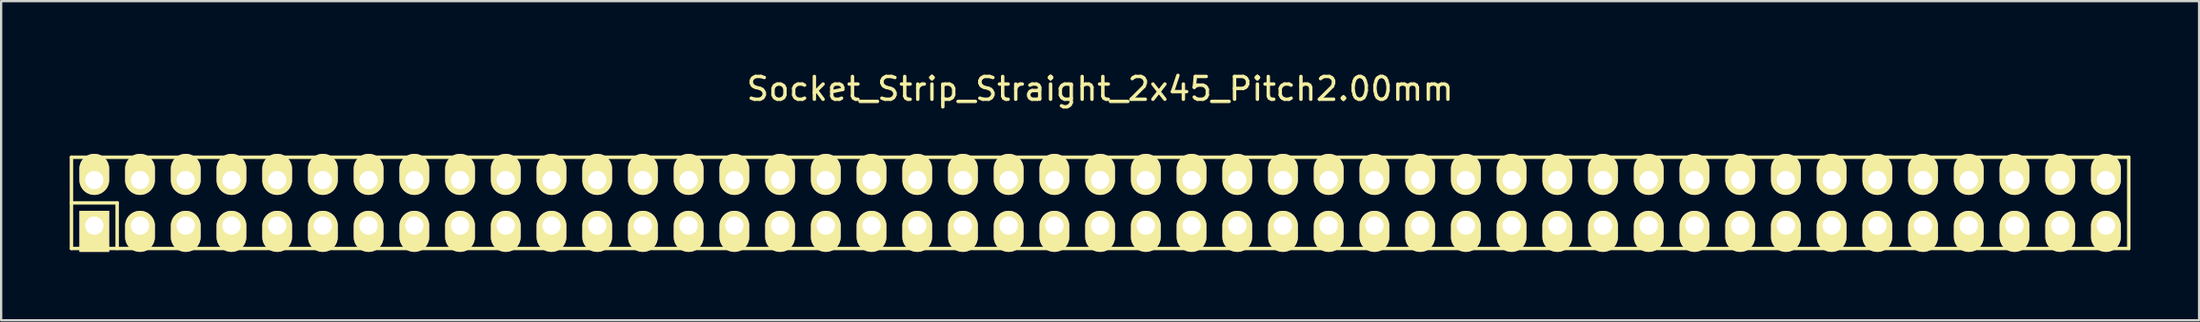
<source format=kicad_pcb>
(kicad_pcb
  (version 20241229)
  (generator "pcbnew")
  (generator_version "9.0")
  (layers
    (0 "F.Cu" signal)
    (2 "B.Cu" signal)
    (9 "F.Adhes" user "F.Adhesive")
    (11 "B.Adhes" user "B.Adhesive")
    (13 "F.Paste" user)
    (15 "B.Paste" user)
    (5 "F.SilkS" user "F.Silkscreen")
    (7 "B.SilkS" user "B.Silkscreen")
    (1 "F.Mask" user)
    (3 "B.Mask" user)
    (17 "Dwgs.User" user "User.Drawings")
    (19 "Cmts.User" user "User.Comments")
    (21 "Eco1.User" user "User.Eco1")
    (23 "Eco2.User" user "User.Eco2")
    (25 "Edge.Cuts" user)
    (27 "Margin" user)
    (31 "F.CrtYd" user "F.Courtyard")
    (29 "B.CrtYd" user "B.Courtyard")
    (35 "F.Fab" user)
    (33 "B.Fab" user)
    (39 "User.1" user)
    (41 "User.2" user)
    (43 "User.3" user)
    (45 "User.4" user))
  (footprint "Socket_Strip_Straight_2x45_Pitch2.00mm"
    (layer "F.Cu")
    (at 45.075 5.848)
    (property "Reference" "Socket_Strip_Straight_2x45_Pitch2.00mm" (at 0 -5 0) (layer "F.SilkS") (effects (font (size 1 1) (thickness 0.15))))
    (attr through_hole)
    (fp_line (start -45 -2) (end 45 -2) (stroke (width 0.15) (type solid)) (layer "F.SilkS"))
    (fp_line (start -45 0) (end -43 0) (stroke (width 0.15) (type solid)) (layer "F.SilkS"))
    (fp_line (start -45 2) (end -45 -2) (stroke (width 0.15) (type solid)) (layer "F.SilkS"))
    (fp_line (start -43 0) (end -43 2) (stroke (width 0.15) (type solid)) (layer "F.SilkS"))
    (fp_line (start 45 -2) (end 45 2) (stroke (width 0.15) (type solid)) (layer "F.SilkS"))
    (fp_line (start 45 2) (end -45 2) (stroke (width 0.15) (type solid)) (layer "F.SilkS"))
    (pad "1" thru_hole rect (at -44 1) (size 1.3 1.8) (drill 0.8 (offset 0 0.25)) (layers "*.Cu" "*.Mask" "F.SilkS"))
    (pad "2" thru_hole oval (at -44 -1) (size 1.3 1.8) (drill 0.8 (offset 0 -0.25)) (layers "*.Cu" "*.Mask" "F.SilkS"))
    (pad "3" thru_hole oval (at -42 1) (size 1.3 1.8) (drill 0.8 (offset 0 0.25)) (layers "*.Cu" "*.Mask" "F.SilkS"))
    (pad "4" thru_hole oval (at -42 -1) (size 1.3 1.8) (drill 0.8 (offset 0 -0.25)) (layers "*.Cu" "*.Mask" "F.SilkS"))
    (pad "5" thru_hole oval (at -40 1) (size 1.3 1.8) (drill 0.8 (offset 0 0.25)) (layers "*.Cu" "*.Mask" "F.SilkS"))
    (pad "6" thru_hole oval (at -40 -1) (size 1.3 1.8) (drill 0.8 (offset 0 -0.25)) (layers "*.Cu" "*.Mask" "F.SilkS"))
    (pad "7" thru_hole oval (at -38 1) (size 1.3 1.8) (drill 0.8 (offset 0 0.25)) (layers "*.Cu" "*.Mask" "F.SilkS"))
    (pad "8" thru_hole oval (at -38 -1) (size 1.3 1.8) (drill 0.8 (offset 0 -0.25)) (layers "*.Cu" "*.Mask" "F.SilkS"))
    (pad "9" thru_hole oval (at -36 1) (size 1.3 1.8) (drill 0.8 (offset 0 0.25)) (layers "*.Cu" "*.Mask" "F.SilkS"))
    (pad "10" thru_hole oval (at -36 -1) (size 1.3 1.8) (drill 0.8 (offset 0 -0.25)) (layers "*.Cu" "*.Mask" "F.SilkS"))
    (pad "11" thru_hole oval (at -34 1) (size 1.3 1.8) (drill 0.8 (offset 0 0.25)) (layers "*.Cu" "*.Mask" "F.SilkS"))
    (pad "12" thru_hole oval (at -34 -1) (size 1.3 1.8) (drill 0.8 (offset 0 -0.25)) (layers "*.Cu" "*.Mask" "F.SilkS"))
    (pad "13" thru_hole oval (at -32 1) (size 1.3 1.8) (drill 0.8 (offset 0 0.25)) (layers "*.Cu" "*.Mask" "F.SilkS"))
    (pad "14" thru_hole oval (at -32 -1) (size 1.3 1.8) (drill 0.8 (offset 0 -0.25)) (layers "*.Cu" "*.Mask" "F.SilkS"))
    (pad "15" thru_hole oval (at -30 1) (size 1.3 1.8) (drill 0.8 (offset 0 0.25)) (layers "*.Cu" "*.Mask" "F.SilkS"))
    (pad "16" thru_hole oval (at -30 -1) (size 1.3 1.8) (drill 0.8 (offset 0 -0.25)) (layers "*.Cu" "*.Mask" "F.SilkS"))
    (pad "17" thru_hole oval (at -28 1) (size 1.3 1.8) (drill 0.8 (offset 0 0.25)) (layers "*.Cu" "*.Mask" "F.SilkS"))
    (pad "18" thru_hole oval (at -28 -1) (size 1.3 1.8) (drill 0.8 (offset 0 -0.25)) (layers "*.Cu" "*.Mask" "F.SilkS"))
    (pad "19" thru_hole oval (at -26 1) (size 1.3 1.8) (drill 0.8 (offset 0 0.25)) (layers "*.Cu" "*.Mask" "F.SilkS"))
    (pad "20" thru_hole oval (at -26 -1) (size 1.3 1.8) (drill 0.8 (offset 0 -0.25)) (layers "*.Cu" "*.Mask" "F.SilkS"))
    (pad "21" thru_hole oval (at -24 1) (size 1.3 1.8) (drill 0.8 (offset 0 0.25)) (layers "*.Cu" "*.Mask" "F.SilkS"))
    (pad "22" thru_hole oval (at -24 -1) (size 1.3 1.8) (drill 0.8 (offset 0 -0.25)) (layers "*.Cu" "*.Mask" "F.SilkS"))
    (pad "23" thru_hole oval (at -22 1) (size 1.3 1.8) (drill 0.8 (offset 0 0.25)) (layers "*.Cu" "*.Mask" "F.SilkS"))
    (pad "24" thru_hole oval (at -22 -1) (size 1.3 1.8) (drill 0.8 (offset 0 -0.25)) (layers "*.Cu" "*.Mask" "F.SilkS"))
    (pad "25" thru_hole oval (at -20 1) (size 1.3 1.8) (drill 0.8 (offset 0 0.25)) (layers "*.Cu" "*.Mask" "F.SilkS"))
    (pad "26" thru_hole oval (at -20 -1) (size 1.3 1.8) (drill 0.8 (offset 0 -0.25)) (layers "*.Cu" "*.Mask" "F.SilkS"))
    (pad "27" thru_hole oval (at -18 1) (size 1.3 1.8) (drill 0.8 (offset 0 0.25)) (layers "*.Cu" "*.Mask" "F.SilkS"))
    (pad "28" thru_hole oval (at -18 -1) (size 1.3 1.8) (drill 0.8 (offset 0 -0.25)) (layers "*.Cu" "*.Mask" "F.SilkS"))
    (pad "29" thru_hole oval (at -16 1) (size 1.3 1.8) (drill 0.8 (offset 0 0.25)) (layers "*.Cu" "*.Mask" "F.SilkS"))
    (pad "30" thru_hole oval (at -16 -1) (size 1.3 1.8) (drill 0.8 (offset 0 -0.25)) (layers "*.Cu" "*.Mask" "F.SilkS"))
    (pad "31" thru_hole oval (at -14 1) (size 1.3 1.8) (drill 0.8 (offset 0 0.25)) (layers "*.Cu" "*.Mask" "F.SilkS"))
    (pad "32" thru_hole oval (at -14 -1) (size 1.3 1.8) (drill 0.8 (offset 0 -0.25)) (layers "*.Cu" "*.Mask" "F.SilkS"))
    (pad "33" thru_hole oval (at -12 1) (size 1.3 1.8) (drill 0.8 (offset 0 0.25)) (layers "*.Cu" "*.Mask" "F.SilkS"))
    (pad "34" thru_hole oval (at -12 -1) (size 1.3 1.8) (drill 0.8 (offset 0 -0.25)) (layers "*.Cu" "*.Mask" "F.SilkS"))
    (pad "35" thru_hole oval (at -10 1) (size 1.3 1.8) (drill 0.8 (offset 0 0.25)) (layers "*.Cu" "*.Mask" "F.SilkS"))
    (pad "36" thru_hole oval (at -10 -1) (size 1.3 1.8) (drill 0.8 (offset 0 -0.25)) (layers "*.Cu" "*.Mask" "F.SilkS"))
    (pad "37" thru_hole oval (at -8 1) (size 1.3 1.8) (drill 0.8 (offset 0 0.25)) (layers "*.Cu" "*.Mask" "F.SilkS"))
    (pad "38" thru_hole oval (at -8 -1) (size 1.3 1.8) (drill 0.8 (offset 0 -0.25)) (layers "*.Cu" "*.Mask" "F.SilkS"))
    (pad "39" thru_hole oval (at -6 1) (size 1.3 1.8) (drill 0.8 (offset 0 0.25)) (layers "*.Cu" "*.Mask" "F.SilkS"))
    (pad "40" thru_hole oval (at -6 -1) (size 1.3 1.8) (drill 0.8 (offset 0 -0.25)) (layers "*.Cu" "*.Mask" "F.SilkS"))
    (pad "41" thru_hole oval (at -4 1) (size 1.3 1.8) (drill 0.8 (offset 0 0.25)) (layers "*.Cu" "*.Mask" "F.SilkS"))
    (pad "42" thru_hole oval (at -4 -1) (size 1.3 1.8) (drill 0.8 (offset 0 -0.25)) (layers "*.Cu" "*.Mask" "F.SilkS"))
    (pad "43" thru_hole oval (at -2 1) (size 1.3 1.8) (drill 0.8 (offset 0 0.25)) (layers "*.Cu" "*.Mask" "F.SilkS"))
    (pad "44" thru_hole oval (at -2 -1) (size 1.3 1.8) (drill 0.8 (offset 0 -0.25)) (layers "*.Cu" "*.Mask" "F.SilkS"))
    (pad "45" thru_hole oval (at 0 1) (size 1.3 1.8) (drill 0.8 (offset 0 0.25)) (layers "*.Cu" "*.Mask" "F.SilkS"))
    (pad "46" thru_hole oval (at 0 -1) (size 1.3 1.8) (drill 0.8 (offset 0 -0.25)) (layers "*.Cu" "*.Mask" "F.SilkS"))
    (pad "47" thru_hole oval (at 2 1) (size 1.3 1.8) (drill 0.8 (offset 0 0.25)) (layers "*.Cu" "*.Mask" "F.SilkS"))
    (pad "48" thru_hole oval (at 2 -1) (size 1.3 1.8) (drill 0.8 (offset 0 -0.25)) (layers "*.Cu" "*.Mask" "F.SilkS"))
    (pad "49" thru_hole oval (at 4 1) (size 1.3 1.8) (drill 0.8 (offset 0 0.25)) (layers "*.Cu" "*.Mask" "F.SilkS"))
    (pad "50" thru_hole oval (at 4 -1) (size 1.3 1.8) (drill 0.8 (offset 0 -0.25)) (layers "*.Cu" "*.Mask" "F.SilkS"))
    (pad "51" thru_hole oval (at 6 1) (size 1.3 1.8) (drill 0.8 (offset 0 0.25)) (layers "*.Cu" "*.Mask" "F.SilkS"))
    (pad "52" thru_hole oval (at 6 -1) (size 1.3 1.8) (drill 0.8 (offset 0 -0.25)) (layers "*.Cu" "*.Mask" "F.SilkS"))
    (pad "53" thru_hole oval (at 8 1) (size 1.3 1.8) (drill 0.8 (offset 0 0.25)) (layers "*.Cu" "*.Mask" "F.SilkS"))
    (pad "54" thru_hole oval (at 8 -1) (size 1.3 1.8) (drill 0.8 (offset 0 -0.25)) (layers "*.Cu" "*.Mask" "F.SilkS"))
    (pad "55" thru_hole oval (at 10 1) (size 1.3 1.8) (drill 0.8 (offset 0 0.25)) (layers "*.Cu" "*.Mask" "F.SilkS"))
    (pad "56" thru_hole oval (at 10 -1) (size 1.3 1.8) (drill 0.8 (offset 0 -0.25)) (layers "*.Cu" "*.Mask" "F.SilkS"))
    (pad "57" thru_hole oval (at 12 1) (size 1.3 1.8) (drill 0.8 (offset 0 0.25)) (layers "*.Cu" "*.Mask" "F.SilkS"))
    (pad "58" thru_hole oval (at 12 -1) (size 1.3 1.8) (drill 0.8 (offset 0 -0.25)) (layers "*.Cu" "*.Mask" "F.SilkS"))
    (pad "59" thru_hole oval (at 14 1) (size 1.3 1.8) (drill 0.8 (offset 0 0.25)) (layers "*.Cu" "*.Mask" "F.SilkS"))
    (pad "60" thru_hole oval (at 14 -1) (size 1.3 1.8) (drill 0.8 (offset 0 -0.25)) (layers "*.Cu" "*.Mask" "F.SilkS"))
    (pad "61" thru_hole oval (at 16 1) (size 1.3 1.8) (drill 0.8 (offset 0 0.25)) (layers "*.Cu" "*.Mask" "F.SilkS"))
    (pad "62" thru_hole oval (at 16 -1) (size 1.3 1.8) (drill 0.8 (offset 0 -0.25)) (layers "*.Cu" "*.Mask" "F.SilkS"))
    (pad "63" thru_hole oval (at 18 1) (size 1.3 1.8) (drill 0.8 (offset 0 0.25)) (layers "*.Cu" "*.Mask" "F.SilkS"))
    (pad "64" thru_hole oval (at 18 -1) (size 1.3 1.8) (drill 0.8 (offset 0 -0.25)) (layers "*.Cu" "*.Mask" "F.SilkS"))
    (pad "65" thru_hole oval (at 20 1) (size 1.3 1.8) (drill 0.8 (offset 0 0.25)) (layers "*.Cu" "*.Mask" "F.SilkS"))
    (pad "66" thru_hole oval (at 20 -1) (size 1.3 1.8) (drill 0.8 (offset 0 -0.25)) (layers "*.Cu" "*.Mask" "F.SilkS"))
    (pad "67" thru_hole oval (at 22 1) (size 1.3 1.8) (drill 0.8 (offset 0 0.25)) (layers "*.Cu" "*.Mask" "F.SilkS"))
    (pad "68" thru_hole oval (at 22 -1) (size 1.3 1.8) (drill 0.8 (offset 0 -0.25)) (layers "*.Cu" "*.Mask" "F.SilkS"))
    (pad "69" thru_hole oval (at 24 1) (size 1.3 1.8) (drill 0.8 (offset 0 0.25)) (layers "*.Cu" "*.Mask" "F.SilkS"))
    (pad "70" thru_hole oval (at 24 -1) (size 1.3 1.8) (drill 0.8 (offset 0 -0.25)) (layers "*.Cu" "*.Mask" "F.SilkS"))
    (pad "71" thru_hole oval (at 26 1) (size 1.3 1.8) (drill 0.8 (offset 0 0.25)) (layers "*.Cu" "*.Mask" "F.SilkS"))
    (pad "72" thru_hole oval (at 26 -1) (size 1.3 1.8) (drill 0.8 (offset 0 -0.25)) (layers "*.Cu" "*.Mask" "F.SilkS"))
    (pad "73" thru_hole oval (at 28 1) (size 1.3 1.8) (drill 0.8 (offset 0 0.25)) (layers "*.Cu" "*.Mask" "F.SilkS"))
    (pad "74" thru_hole oval (at 28 -1) (size 1.3 1.8) (drill 0.8 (offset 0 -0.25)) (layers "*.Cu" "*.Mask" "F.SilkS"))
    (pad "75" thru_hole oval (at 30 1) (size 1.3 1.8) (drill 0.8 (offset 0 0.25)) (layers "*.Cu" "*.Mask" "F.SilkS"))
    (pad "76" thru_hole oval (at 30 -1) (size 1.3 1.8) (drill 0.8 (offset 0 -0.25)) (layers "*.Cu" "*.Mask" "F.SilkS"))
    (pad "77" thru_hole oval (at 32 1) (size 1.3 1.8) (drill 0.8 (offset 0 0.25)) (layers "*.Cu" "*.Mask" "F.SilkS"))
    (pad "78" thru_hole oval (at 32 -1) (size 1.3 1.8) (drill 0.8 (offset 0 -0.25)) (layers "*.Cu" "*.Mask" "F.SilkS"))
    (pad "79" thru_hole oval (at 34 1) (size 1.3 1.8) (drill 0.8 (offset 0 0.25)) (layers "*.Cu" "*.Mask" "F.SilkS"))
    (pad "80" thru_hole oval (at 34 -1) (size 1.3 1.8) (drill 0.8 (offset 0 -0.25)) (layers "*.Cu" "*.Mask" "F.SilkS"))
    (pad "81" thru_hole oval (at 36 1) (size 1.3 1.8) (drill 0.8 (offset 0 0.25)) (layers "*.Cu" "*.Mask" "F.SilkS"))
    (pad "82" thru_hole oval (at 36 -1) (size 1.3 1.8) (drill 0.8 (offset 0 -0.25)) (layers "*.Cu" "*.Mask" "F.SilkS"))
    (pad "83" thru_hole oval (at 38 1) (size 1.3 1.8) (drill 0.8 (offset 0 0.25)) (layers "*.Cu" "*.Mask" "F.SilkS"))
    (pad "84" thru_hole oval (at 38 -1) (size 1.3 1.8) (drill 0.8 (offset 0 -0.25)) (layers "*.Cu" "*.Mask" "F.SilkS"))
    (pad "85" thru_hole oval (at 40 1) (size 1.3 1.8) (drill 0.8 (offset 0 0.25)) (layers "*.Cu" "*.Mask" "F.SilkS"))
    (pad "86" thru_hole oval (at 40 -1) (size 1.3 1.8) (drill 0.8 (offset 0 -0.25)) (layers "*.Cu" "*.Mask" "F.SilkS"))
    (pad "87" thru_hole oval (at 42 1) (size 1.3 1.8) (drill 0.8 (offset 0 0.25)) (layers "*.Cu" "*.Mask" "F.SilkS"))
    (pad "88" thru_hole oval (at 42 -1) (size 1.3 1.8) (drill 0.8 (offset 0 -0.25)) (layers "*.Cu" "*.Mask" "F.SilkS"))
    (pad "89" thru_hole oval (at 44 1) (size 1.3 1.8) (drill 0.8 (offset 0 0.25)) (layers "*.Cu" "*.Mask" "F.SilkS"))
    (pad "90" thru_hole oval (at 44 -1) (size 1.3 1.8) (drill 0.8 (offset 0 -0.25)) (layers "*.Cu" "*.Mask" "F.SilkS")))
  (gr_rect
    (start -3 -3)
    (end 93.15 10.998)
    (stroke (width 0.1) (type default))
    (fill no)
    (layer "Edge.Cuts")))
</source>
